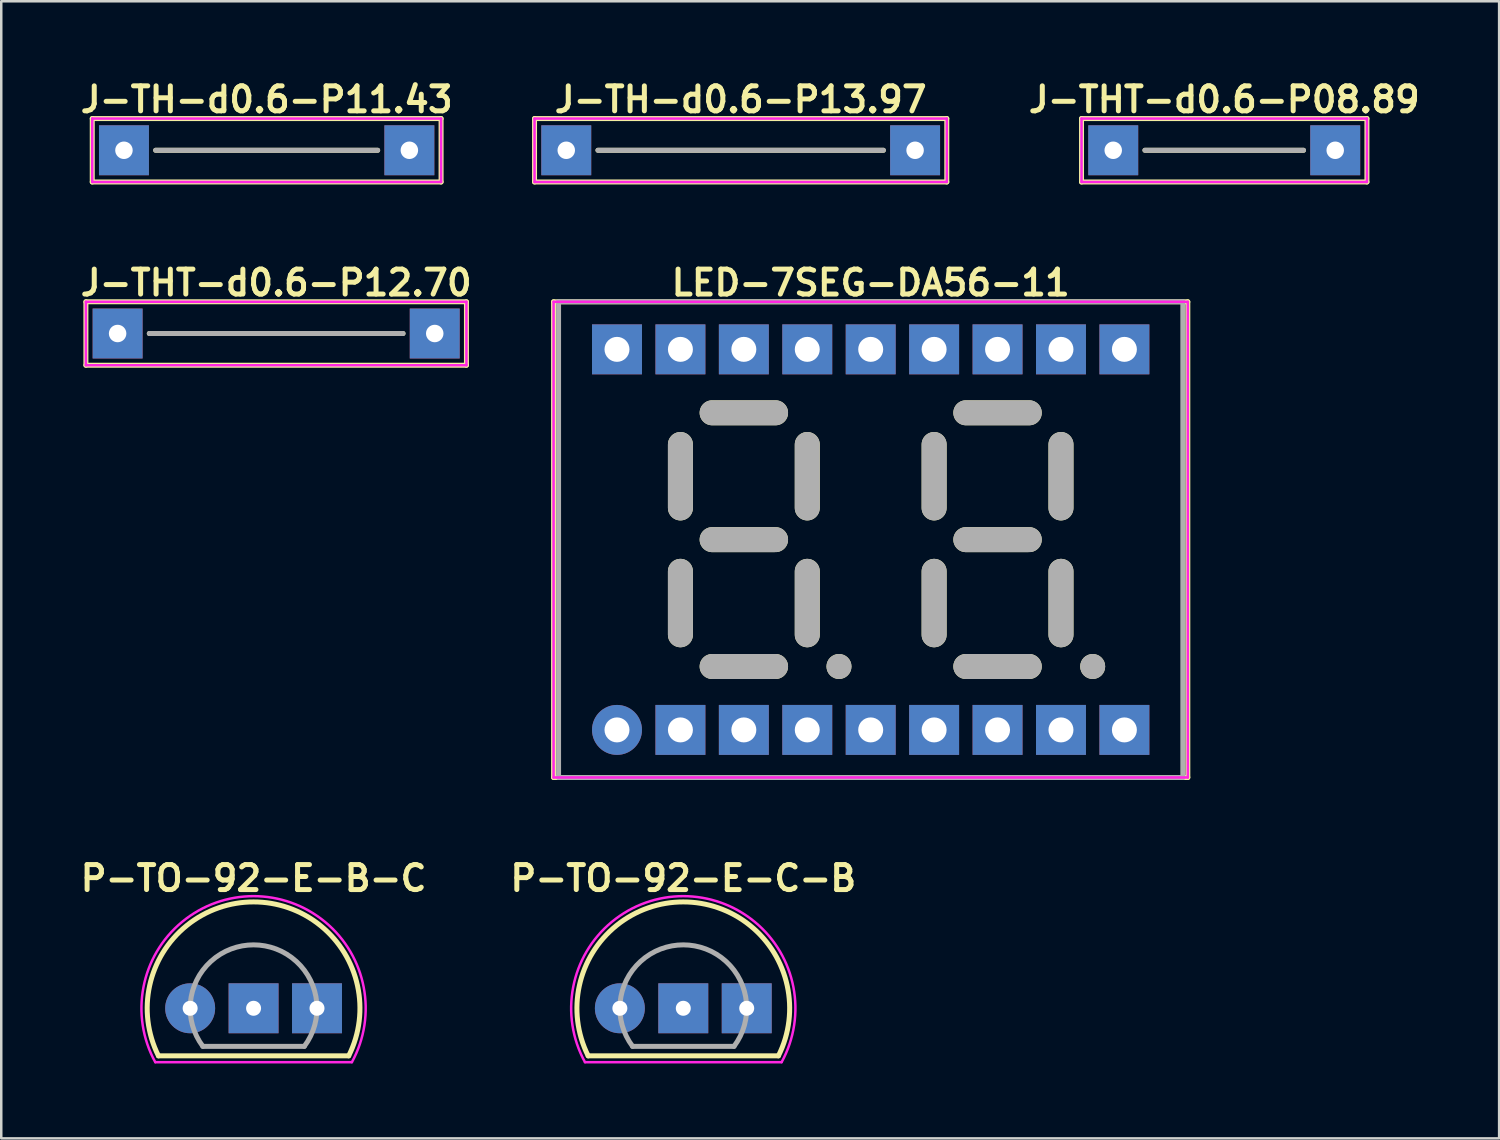
<source format=kicad_pcb>
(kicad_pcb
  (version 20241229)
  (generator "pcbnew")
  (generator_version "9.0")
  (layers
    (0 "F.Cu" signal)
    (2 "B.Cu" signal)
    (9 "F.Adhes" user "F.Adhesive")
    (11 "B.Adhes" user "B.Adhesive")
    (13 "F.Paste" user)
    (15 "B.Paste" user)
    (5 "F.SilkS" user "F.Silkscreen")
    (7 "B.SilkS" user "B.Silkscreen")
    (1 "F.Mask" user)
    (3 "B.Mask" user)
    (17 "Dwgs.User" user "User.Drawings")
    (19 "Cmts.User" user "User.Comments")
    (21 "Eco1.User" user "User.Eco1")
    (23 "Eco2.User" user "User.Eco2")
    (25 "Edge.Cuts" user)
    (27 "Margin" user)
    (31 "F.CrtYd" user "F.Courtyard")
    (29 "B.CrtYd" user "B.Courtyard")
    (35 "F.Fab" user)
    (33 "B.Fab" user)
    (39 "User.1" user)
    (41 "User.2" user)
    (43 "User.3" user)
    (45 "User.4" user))
  (footprint "J-THT-d0.6-P08.89"
    (layer "F.Cu")
    (at 45.977 2.968)
    (property "Reference" "J-THT-d0.6-P08.89" (at 0 -2.032 0) (layer "F.SilkS") (effects (font (size 1 1) (thickness 0.2))))
    (attr through_hole)
    (fp_line (start -5.715 -1.27) (end -5.715 1.27) (stroke (width 0.2) (type solid)) (layer "F.SilkS"))
    (fp_line (start -5.715 -1.27) (end 5.715 -1.27) (stroke (width 0.2) (type solid)) (layer "F.SilkS"))
    (fp_line (start -5.715 1.27) (end 5.715 1.27) (stroke (width 0.2) (type solid)) (layer "F.SilkS"))
    (fp_line (start -3.175 0) (end 3.175 0) (stroke (width 0.2) (type solid)) (layer "F.SilkS"))
    (fp_line (start 5.715 -1.27) (end 5.715 1.27) (stroke (width 0.2) (type solid)) (layer "F.SilkS"))
    (fp_line (start -5.715 -1.27) (end 5.715 -1.27) (stroke (width 0.1) (type solid)) (layer "F.CrtYd"))
    (fp_line (start -5.715 1.27) (end -5.715 -1.27) (stroke (width 0.1) (type solid)) (layer "F.CrtYd"))
    (fp_line (start 5.715 -1.27) (end 5.715 1.27) (stroke (width 0.1) (type solid)) (layer "F.CrtYd"))
    (fp_line (start 5.715 1.27) (end -5.715 1.27) (stroke (width 0.1) (type solid)) (layer "F.CrtYd"))
    (fp_line (start -3.175 0) (end 3.175 0) (stroke (width 0.2) (type solid)) (layer "F.Fab"))
    (pad "J" thru_hole rect (at -4.445 0) (size 2 2) (drill 0.7) (layers "*.Cu" "*.Mask"))
    (pad "J" thru_hole rect (at 4.445 0) (size 2 2) (drill 0.7) (layers "*.Cu" "*.Mask")))
  (footprint "P-TO-92-E-B-C"
    (layer "F.Cu")
    (at 7.105 37.329)
    (property "Reference" "P-TO-92-E-B-C" (at 0 -5.207 0) (layer "F.SilkS") (effects (font (size 1 1) (thickness 0.2))))
    (attr through_hole)
    (fp_line (start -3.81 1.905) (end 3.81 1.905) (stroke (width 0.2) (type solid)) (layer "F.SilkS"))
    (fp_arc (start -3.809999 1.905) (mid 0 -4.259709) (end 3.809999 1.904999) (stroke (width 0.2) (type solid)) (layer "F.SilkS"))
    (fp_line (start -3.937 2.159) (end 3.937 2.159) (stroke (width 0.1) (type solid)) (layer "F.CrtYd"))
    (fp_arc (start -3.936999 2.159) (mid 0 -4.490127) (end 3.936999 2.158999) (stroke (width 0.1) (type solid)) (layer "F.CrtYd"))
    (fp_line (start -2.031 1.525) (end 2.031 1.525) (stroke (width 0.2) (type solid)) (layer "F.Fab"))
    (fp_arc (start -2.03125 1.525) (mid 0.000084 -2.54) (end 2.031149 1.525135) (stroke (width 0.2) (type solid)) (layer "F.Fab"))
    (pad "B" thru_hole rect (at 0 0) (size 2 2) (drill 0.6) (layers "*.Cu" "*.Mask"))
    (pad "C" thru_hole rect (at 2.54 0) (size 2 2) (drill 0.6) (layers "*.Cu" "*.Mask"))
    (pad "E" thru_hole circle (at -2.54 0) (size 2 2) (drill 0.6) (layers "*.Cu" "*.Mask")))
  (footprint "J-TH-d0.6-P11.43"
    (layer "F.Cu")
    (at 7.629 2.968)
    (property "Reference" "J-TH-d0.6-P11.43" (at 0 -2.032 0) (layer "F.SilkS") (effects (font (size 1 1) (thickness 0.2))))
    (attr through_hole)
    (fp_line (start -6.985 -1.27) (end -6.985 1.27) (stroke (width 0.2) (type solid)) (layer "F.SilkS"))
    (fp_line (start -6.985 -1.27) (end 6.985 -1.27) (stroke (width 0.2) (type solid)) (layer "F.SilkS"))
    (fp_line (start -6.985 1.27) (end 6.985 1.27) (stroke (width 0.2) (type solid)) (layer "F.SilkS"))
    (fp_line (start -4.445 0) (end 4.445 0) (stroke (width 0.2) (type solid)) (layer "F.SilkS"))
    (fp_line (start 6.985 -1.27) (end 6.985 1.27) (stroke (width 0.2) (type solid)) (layer "F.SilkS"))
    (fp_line (start -6.985 -1.27) (end 6.985 -1.27) (stroke (width 0.1) (type solid)) (layer "F.CrtYd"))
    (fp_line (start -6.985 1.27) (end -6.985 -1.27) (stroke (width 0.1) (type solid)) (layer "F.CrtYd"))
    (fp_line (start 6.985 -1.27) (end 6.985 1.27) (stroke (width 0.1) (type solid)) (layer "F.CrtYd"))
    (fp_line (start 6.985 1.27) (end -6.985 1.27) (stroke (width 0.1) (type solid)) (layer "F.CrtYd"))
    (fp_line (start -4.445 0) (end 4.445 0) (stroke (width 0.2) (type solid)) (layer "F.Fab"))
    (pad "J" thru_hole rect (at -5.715 0) (size 2 2) (drill 0.7) (layers "*.Cu" "*.Mask"))
    (pad "J" thru_hole rect (at 5.715 0) (size 2 2) (drill 0.7) (layers "*.Cu" "*.Mask")))
  (footprint "LED-7SEG-DA56-11"
    (layer "F.Cu")
    (at 31.819 18.561)
    (property "Reference" "LED-7SEG-DA56-11" (at 0 -10.287 0) (layer "F.SilkS") (effects (font (size 1 1) (thickness 0.2))))
    (attr through_hole)
    (fp_line (start -12.7 -9.525) (end -12.7 9.525) (stroke (width 0.2) (type solid)) (layer "F.SilkS"))
    (fp_line (start -12.7 -9.525) (end 12.7 -9.525) (stroke (width 0.2) (type solid)) (layer "F.SilkS"))
    (fp_line (start -12.7 9.525) (end 12.7 9.525) (stroke (width 0.2) (type solid)) (layer "F.SilkS"))
    (fp_line (start -7.62 -3.81) (end -7.62 -1.27) (stroke (width 1) (type solid)) (layer "F.SilkS"))
    (fp_line (start -7.62 1.27) (end -7.62 3.81) (stroke (width 1) (type solid)) (layer "F.SilkS"))
    (fp_line (start -6.35 -5.08) (end -3.81 -5.08) (stroke (width 1) (type solid)) (layer "F.SilkS"))
    (fp_line (start -6.35 0) (end -3.81 0) (stroke (width 1) (type solid)) (layer "F.SilkS"))
    (fp_line (start -6.35 5.08) (end -3.81 5.08) (stroke (width 1) (type solid)) (layer "F.SilkS"))
    (fp_line (start -2.54 -3.81) (end -2.54 -1.27) (stroke (width 1) (type solid)) (layer "F.SilkS"))
    (fp_line (start -2.54 1.27) (end -2.54 3.81) (stroke (width 1) (type solid)) (layer "F.SilkS"))
    (fp_line (start 2.54 -3.81) (end 2.54 -1.27) (stroke (width 1) (type solid)) (layer "F.SilkS"))
    (fp_line (start 2.54 1.27) (end 2.54 3.81) (stroke (width 1) (type solid)) (layer "F.SilkS"))
    (fp_line (start 3.81 -5.08) (end 6.35 -5.08) (stroke (width 1) (type solid)) (layer "F.SilkS"))
    (fp_line (start 3.81 0) (end 6.35 0) (stroke (width 1) (type solid)) (layer "F.SilkS"))
    (fp_line (start 3.81 5.08) (end 6.35 5.08) (stroke (width 1) (type solid)) (layer "F.SilkS"))
    (fp_line (start 7.62 -3.81) (end 7.62 -1.27) (stroke (width 1) (type solid)) (layer "F.SilkS"))
    (fp_line (start 7.62 1.27) (end 7.62 3.81) (stroke (width 1) (type solid)) (layer "F.SilkS"))
    (fp_line (start 12.7 -9.525) (end 12.7 9.525) (stroke (width 0.2) (type solid)) (layer "F.SilkS"))
    (fp_circle (center -1.27 5.08) (end -1.02 5.08) (stroke (width 0.5) (type solid)) (fill no) (layer "F.SilkS"))
    (fp_circle (center 8.89 5.08) (end 9.14 5.08) (stroke (width 0.5) (type solid)) (fill no) (layer "F.SilkS"))
    (fp_line (start -12.7 -9.525) (end -12.7 9.525) (stroke (width 0.1) (type solid)) (layer "F.CrtYd"))
    (fp_line (start -12.7 -9.525) (end 12.7 -9.525) (stroke (width 0.1) (type solid)) (layer "F.CrtYd"))
    (fp_line (start -12.7 9.525) (end 12.7 9.525) (stroke (width 0.1) (type solid)) (layer "F.CrtYd"))
    (fp_line (start 12.7 -9.525) (end 12.7 9.525) (stroke (width 0.1) (type solid)) (layer "F.CrtYd"))
    (fp_line (start -12.5 -9.525) (end -12.5 9.525) (stroke (width 0.2) (type solid)) (layer "F.Fab"))
    (fp_line (start -12.5 -9.525) (end 12.5 -9.525) (stroke (width 0.2) (type solid)) (layer "F.Fab"))
    (fp_line (start -12.5 9.525) (end 12.5 9.525) (stroke (width 0.2) (type solid)) (layer "F.Fab"))
    (fp_line (start -7.62 -3.81) (end -7.62 -1.27) (stroke (width 1) (type solid)) (layer "F.Fab"))
    (fp_line (start -7.62 1.27) (end -7.62 3.81) (stroke (width 1) (type solid)) (layer "F.Fab"))
    (fp_line (start -6.35 -5.08) (end -3.81 -5.08) (stroke (width 1) (type solid)) (layer "F.Fab"))
    (fp_line (start -6.35 0) (end -3.81 0) (stroke (width 1) (type solid)) (layer "F.Fab"))
    (fp_line (start -6.35 5.08) (end -3.81 5.08) (stroke (width 1) (type solid)) (layer "F.Fab"))
    (fp_line (start -2.54 -3.81) (end -2.54 -1.27) (stroke (width 1) (type solid)) (layer "F.Fab"))
    (fp_line (start -2.54 1.27) (end -2.54 3.81) (stroke (width 1) (type solid)) (layer "F.Fab"))
    (fp_line (start 2.54 -3.81) (end 2.54 -1.27) (stroke (width 1) (type solid)) (layer "F.Fab"))
    (fp_line (start 2.54 1.27) (end 2.54 3.81) (stroke (width 1) (type solid)) (layer "F.Fab"))
    (fp_line (start 3.81 -5.08) (end 6.35 -5.08) (stroke (width 1) (type solid)) (layer "F.Fab"))
    (fp_line (start 3.81 0) (end 6.35 0) (stroke (width 1) (type solid)) (layer "F.Fab"))
    (fp_line (start 3.81 5.08) (end 6.35 5.08) (stroke (width 1) (type solid)) (layer "F.Fab"))
    (fp_line (start 7.62 -3.81) (end 7.62 -1.27) (stroke (width 1) (type solid)) (layer "F.Fab"))
    (fp_line (start 7.62 1.27) (end 7.62 3.81) (stroke (width 1) (type solid)) (layer "F.Fab"))
    (fp_line (start 12.5 -9.525) (end 12.5 9.525) (stroke (width 0.2) (type solid)) (layer "F.Fab"))
    (fp_circle (center -1.27 5.08) (end -1.02 5.08) (stroke (width 0.5) (type solid)) (fill no) (layer "F.Fab"))
    (fp_circle (center 8.89 5.08) (end 9.14 5.08) (stroke (width 0.5) (type solid)) (fill no) (layer "F.Fab"))
    (pad "1A" thru_hole rect (at 0 -7.62) (size 2 2) (drill 1) (layers "B.Cu" "B.Mask"))
    (pad "1CA" thru_hole rect (at -5.08 -7.62) (size 2 2) (drill 1) (layers "B.Cu" "B.Mask"))
    (pad "1CB" thru_hole rect (at -2.54 -7.62) (size 2 2) (drill 1) (layers "B.Cu" "B.Mask"))
    (pad "1CC" thru_hole rect (at -5.08 7.62) (size 2 2) (drill 1) (layers "B.Cu" "B.Mask"))
    (pad "1CD" thru_hole rect (at -7.62 7.62) (size 2 2) (drill 1) (layers "B.Cu" "B.Mask"))
    (pad "1CE" thru_hole circle (at -10.16 7.62) (size 2 2) (drill 1) (layers "B.Cu" "B.Mask"))
    (pad "1CF" thru_hole rect (at -10.16 -7.62) (size 2 2) (drill 1) (layers "B.Cu" "B.Mask"))
    (pad "1CG" thru_hole rect (at -7.62 -7.62) (size 2 2) (drill 1) (layers "B.Cu" "B.Mask"))
    (pad "1CH" thru_hole rect (at -2.54 7.62) (size 2 2) (drill 1) (layers "B.Cu" "B.Mask"))
    (pad "2A" thru_hole rect (at 2.54 -7.62) (size 2 2) (drill 1) (layers "B.Cu" "B.Mask"))
    (pad "2CA" thru_hole rect (at 7.62 -7.62) (size 2 2) (drill 1) (layers "B.Cu" "B.Mask"))
    (pad "2CB" thru_hole rect (at 10.16 -7.62) (size 2 2) (drill 1) (layers "B.Cu" "B.Mask"))
    (pad "2CC" thru_hole rect (at 7.62 7.62) (size 2 2) (drill 1) (layers "B.Cu" "B.Mask"))
    (pad "2CD" thru_hole rect (at 2.54 7.62) (size 2 2) (drill 1) (layers "B.Cu" "B.Mask"))
    (pad "2CE" thru_hole rect (at 0 7.62) (size 2 2) (drill 1) (layers "B.Cu" "B.Mask"))
    (pad "2CF" thru_hole rect (at 5.08 -7.62) (size 2 2) (drill 1) (layers "B.Cu" "B.Mask"))
    (pad "2CG" thru_hole rect (at 5.08 7.62) (size 2 2) (drill 1) (layers "B.Cu" "B.Mask"))
    (pad "2CH" thru_hole rect (at 10.16 7.62) (size 2 2) (drill 1) (layers "B.Cu" "B.Mask")))
  (footprint "J-THT-d0.6-P12.70"
    (layer "F.Cu")
    (at 8.01 10.306)
    (property "Reference" "J-THT-d0.6-P12.70" (at 0 -2.032 0) (layer "F.SilkS") (effects (font (size 1 1) (thickness 0.2))))
    (attr through_hole)
    (fp_line (start -7.62 -1.27) (end -7.62 1.27) (stroke (width 0.2) (type solid)) (layer "F.SilkS"))
    (fp_line (start -7.62 -1.27) (end 7.62 -1.27) (stroke (width 0.2) (type solid)) (layer "F.SilkS"))
    (fp_line (start -7.62 1.27) (end 7.62 1.27) (stroke (width 0.2) (type solid)) (layer "F.SilkS"))
    (fp_line (start -5.08 0) (end 5.08 0) (stroke (width 0.2) (type solid)) (layer "F.SilkS"))
    (fp_line (start 7.62 -1.27) (end 7.62 1.27) (stroke (width 0.2) (type solid)) (layer "F.SilkS"))
    (fp_line (start -7.62 -1.27) (end 7.62 -1.27) (stroke (width 0.1) (type solid)) (layer "F.CrtYd"))
    (fp_line (start -7.62 1.27) (end -7.62 -1.27) (stroke (width 0.1) (type solid)) (layer "F.CrtYd"))
    (fp_line (start 7.62 -1.27) (end 7.62 1.27) (stroke (width 0.1) (type solid)) (layer "F.CrtYd"))
    (fp_line (start 7.62 1.27) (end -7.62 1.27) (stroke (width 0.1) (type solid)) (layer "F.CrtYd"))
    (fp_line (start -5.08 0) (end 5.08 0) (stroke (width 0.2) (type solid)) (layer "F.Fab"))
    (pad "J" thru_hole rect (at -6.35 0) (size 2 2) (drill 0.7) (layers "*.Cu" "*.Mask"))
    (pad "J" thru_hole rect (at 6.35 0) (size 2 2) (drill 0.7) (layers "*.Cu" "*.Mask")))
  (footprint "P-TO-92-E-C-B"
    (layer "F.Cu")
    (at 24.314 37.329)
    (property "Reference" "P-TO-92-E-C-B" (at 0 -5.207 0) (layer "F.SilkS") (effects (font (size 1 1) (thickness 0.2))))
    (attr through_hole)
    (fp_line (start -3.81 1.905) (end 3.81 1.905) (stroke (width 0.2) (type solid)) (layer "F.SilkS"))
    (fp_arc (start -3.809999 1.905) (mid 0 -4.259709) (end 3.809999 1.904999) (stroke (width 0.2) (type solid)) (layer "F.SilkS"))
    (fp_line (start -3.937 2.159) (end 3.937 2.159) (stroke (width 0.1) (type solid)) (layer "F.CrtYd"))
    (fp_arc (start -3.936999 2.159) (mid 0 -4.490127) (end 3.936999 2.158999) (stroke (width 0.1) (type solid)) (layer "F.CrtYd"))
    (fp_line (start -2.031 1.525) (end 2.031 1.525) (stroke (width 0.2) (type solid)) (layer "F.Fab"))
    (fp_arc (start -2.03125 1.525) (mid 0.000084 -2.54) (end 2.031149 1.525135) (stroke (width 0.2) (type solid)) (layer "F.Fab"))
    (pad "B" thru_hole rect (at 2.54 0) (size 2 2) (drill 0.6) (layers "*.Cu" "*.Mask"))
    (pad "C" thru_hole rect (at 0 0) (size 2 2) (drill 0.6) (layers "*.Cu" "*.Mask"))
    (pad "E" thru_hole circle (at -2.54 0) (size 2 2) (drill 0.6) (layers "*.Cu" "*.Mask")))
  (footprint "J-TH-d0.6-P13.97"
    (layer "F.Cu")
    (at 26.612 2.968)
    (property "Reference" "J-TH-d0.6-P13.97" (at 0 -2.032 0) (layer "F.SilkS") (effects (font (size 1 1) (thickness 0.2))))
    (attr through_hole)
    (fp_line (start -8.255 -1.27) (end -8.255 1.27) (stroke (width 0.2) (type solid)) (layer "F.SilkS"))
    (fp_line (start -8.255 -1.27) (end 8.255 -1.27) (stroke (width 0.2) (type solid)) (layer "F.SilkS"))
    (fp_line (start -8.255 1.27) (end 8.255 1.27) (stroke (width 0.2) (type solid)) (layer "F.SilkS"))
    (fp_line (start -5.715 0) (end 5.715 0) (stroke (width 0.2) (type solid)) (layer "F.SilkS"))
    (fp_line (start 8.255 -1.27) (end 8.255 1.27) (stroke (width 0.2) (type solid)) (layer "F.SilkS"))
    (fp_line (start -8.255 -1.27) (end 8.255 -1.27) (stroke (width 0.1) (type solid)) (layer "F.CrtYd"))
    (fp_line (start -8.255 1.27) (end -8.255 -1.27) (stroke (width 0.1) (type solid)) (layer "F.CrtYd"))
    (fp_line (start 8.255 -1.27) (end 8.255 1.27) (stroke (width 0.1) (type solid)) (layer "F.CrtYd"))
    (fp_line (start 8.255 1.27) (end -8.255 1.27) (stroke (width 0.1) (type solid)) (layer "F.CrtYd"))
    (fp_line (start -5.715 0) (end 5.715 0) (stroke (width 0.2) (type solid)) (layer "F.Fab"))
    (pad "J" thru_hole rect (at -6.985 0) (size 2 2) (drill 0.7) (layers "*.Cu" "*.Mask"))
    (pad "J" thru_hole rect (at 6.985 0) (size 2 2) (drill 0.7) (layers "*.Cu" "*.Mask")))
  (gr_rect
    (start -3 -3)
    (end 56.986 42.538)
    (stroke (width 0.1) (type default))
    (fill no)
    (layer "Edge.Cuts")))
</source>
